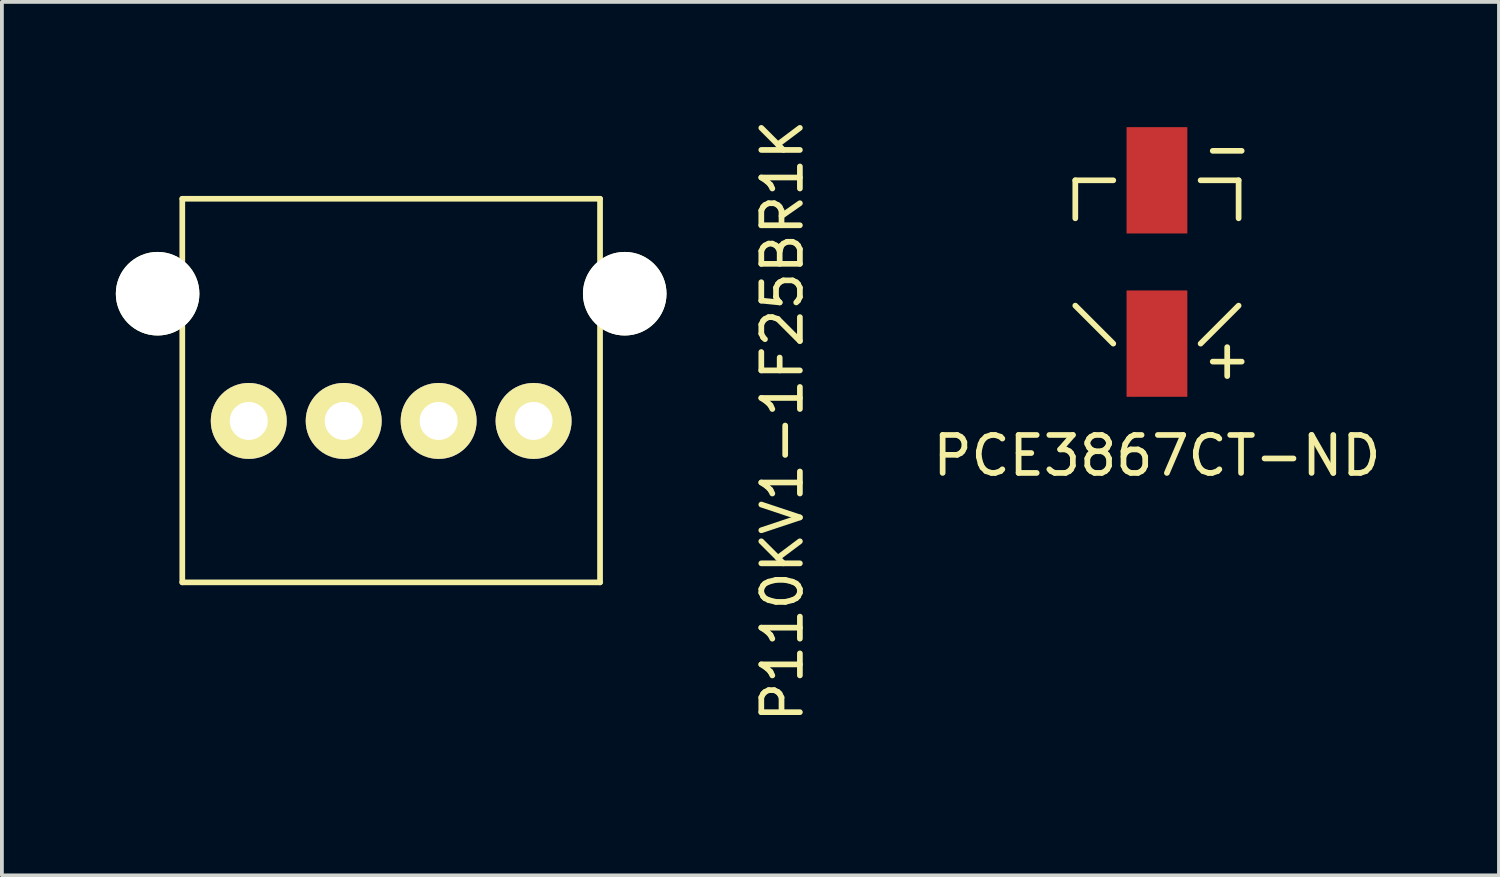
<source format=kicad_pcb>
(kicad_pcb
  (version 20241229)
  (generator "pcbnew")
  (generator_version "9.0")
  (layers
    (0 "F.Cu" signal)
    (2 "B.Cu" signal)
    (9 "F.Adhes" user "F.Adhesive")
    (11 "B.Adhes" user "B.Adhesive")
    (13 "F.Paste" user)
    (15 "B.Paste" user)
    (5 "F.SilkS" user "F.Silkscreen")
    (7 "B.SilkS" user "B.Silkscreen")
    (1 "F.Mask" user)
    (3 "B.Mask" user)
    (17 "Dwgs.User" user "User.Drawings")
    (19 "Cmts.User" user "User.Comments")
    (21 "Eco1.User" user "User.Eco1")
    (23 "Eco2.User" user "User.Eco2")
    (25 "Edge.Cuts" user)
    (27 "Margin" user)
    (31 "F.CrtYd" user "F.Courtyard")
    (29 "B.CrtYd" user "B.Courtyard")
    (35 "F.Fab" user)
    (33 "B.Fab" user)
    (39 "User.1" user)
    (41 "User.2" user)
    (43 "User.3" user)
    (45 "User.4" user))
  (footprint "P110KV1-1F25BR1K"
    (layer "F.Cu")
    (at 7.25 8.034)
    (property "Reference" "P110KV1-1F25BR1K" (at 10.3 0 90) (layer "F.SilkS") (effects (font (size 1.016 1.016) (thickness 0.15))))
    (attr through_hole)
    (fp_line (start -5.5 -5.85) (end -5.5 4.25) (stroke (width 0.15) (type solid)) (layer "F.SilkS"))
    (fp_line (start -5.5 -5.85) (end 5.5 -5.85) (stroke (width 0.15) (type solid)) (layer "F.SilkS"))
    (fp_line (start -5.5 4.25) (end 5.5 4.25) (stroke (width 0.15) (type solid)) (layer "F.SilkS"))
    (fp_line (start 5.5 -5.85) (end 5.5 4.25) (stroke (width 0.15) (type solid)) (layer "F.SilkS"))
    (fp_line (start -1.778 4.25) (end -1.778 8.89) (stroke (width 0.15) (type solid)) (layer "Eco1.User"))
    (fp_line (start -1.778 8.89) (end 2.54 8.89) (stroke (width 0.15) (type solid)) (layer "Eco1.User"))
    (fp_line (start 2.54 8.89) (end 2.54 4.25) (stroke (width 0.15) (type solid)) (layer "Eco1.User"))
    (pad "" np_thru_hole circle (at -6.15 -3.35) (size 2.2 2.2) (drill 2.2) (layers "*.Cu" "*.Mask" "F.SilkS"))
    (pad "" np_thru_hole circle (at 6.15 -3.35) (size 2.2 2.2) (drill 2.2) (layers "*.Cu" "*.Mask" "F.SilkS"))
    (pad "1" thru_hole circle (at -3.75 0) (size 2 2) (drill 1) (layers "*.Cu" "*.Mask" "F.SilkS"))
    (pad "2" thru_hole circle (at -1.25 0) (size 2 2) (drill 1) (layers "*.Cu" "*.Mask" "F.SilkS"))
    (pad "3" thru_hole circle (at 1.25 0) (size 2 2) (drill 1) (layers "*.Cu" "*.Mask" "F.SilkS"))
    (pad "4" thru_hole circle (at 3.75 0) (size 2 2) (drill 1) (layers "*.Cu" "*.Mask" "F.SilkS")))
  (footprint "PCE3867CT-ND"
    (layer "F.Cu")
    (at 27.414 3.848)
    (property "Reference" "PCE3867CT-ND" (at 0 5.1 0) (layer "F.SilkS") (effects (font (size 1 1) (thickness 0.15))))
    (attr through_hole)
    (fp_line (start -2.15 -2.15) (end -2.15 -1.15) (stroke (width 0.15) (type solid)) (layer "F.SilkS"))
    (fp_line (start -2.15 -2.15) (end -1.15 -2.15) (stroke (width 0.15) (type solid)) (layer "F.SilkS"))
    (fp_line (start -2.15 1.15) (end -1.15 2.15) (stroke (width 0.15) (type solid)) (layer "F.SilkS"))
    (fp_line (start 1.15 -2.15) (end 2.15 -2.15) (stroke (width 0.15) (type solid)) (layer "F.SilkS"))
    (fp_line (start 1.15 2.15) (end 2.15 1.15) (stroke (width 0.15) (type solid)) (layer "F.SilkS"))
    (fp_line (start 2.15 -2.15) (end 2.15 -1.15) (stroke (width 0.15) (type solid)) (layer "F.SilkS"))
    (fp_text user "+" (at 1.85 2.55 0) (layer "F.SilkS") (effects (font (size 1 1) (thickness 0.15))))
    (fp_text user "-" (at 1.85 -3 0) (layer "F.SilkS") (effects (font (size 1 1) (thickness 0.15))))
    (pad "1" smd rect (at 0 2.15) (size 1.6 2.8) (layers "F.Cu" "F.Mask" "F.Paste"))
    (pad "2" smd rect (at 0 -2.15) (size 1.6 2.8) (layers "F.Cu" "F.Mask" "F.Paste")))
  (gr_rect
    (start -3 -3)
    (end 36.42 19.999)
    (stroke (width 0.1) (type default))
    (fill no)
    (layer "Edge.Cuts")))
</source>
